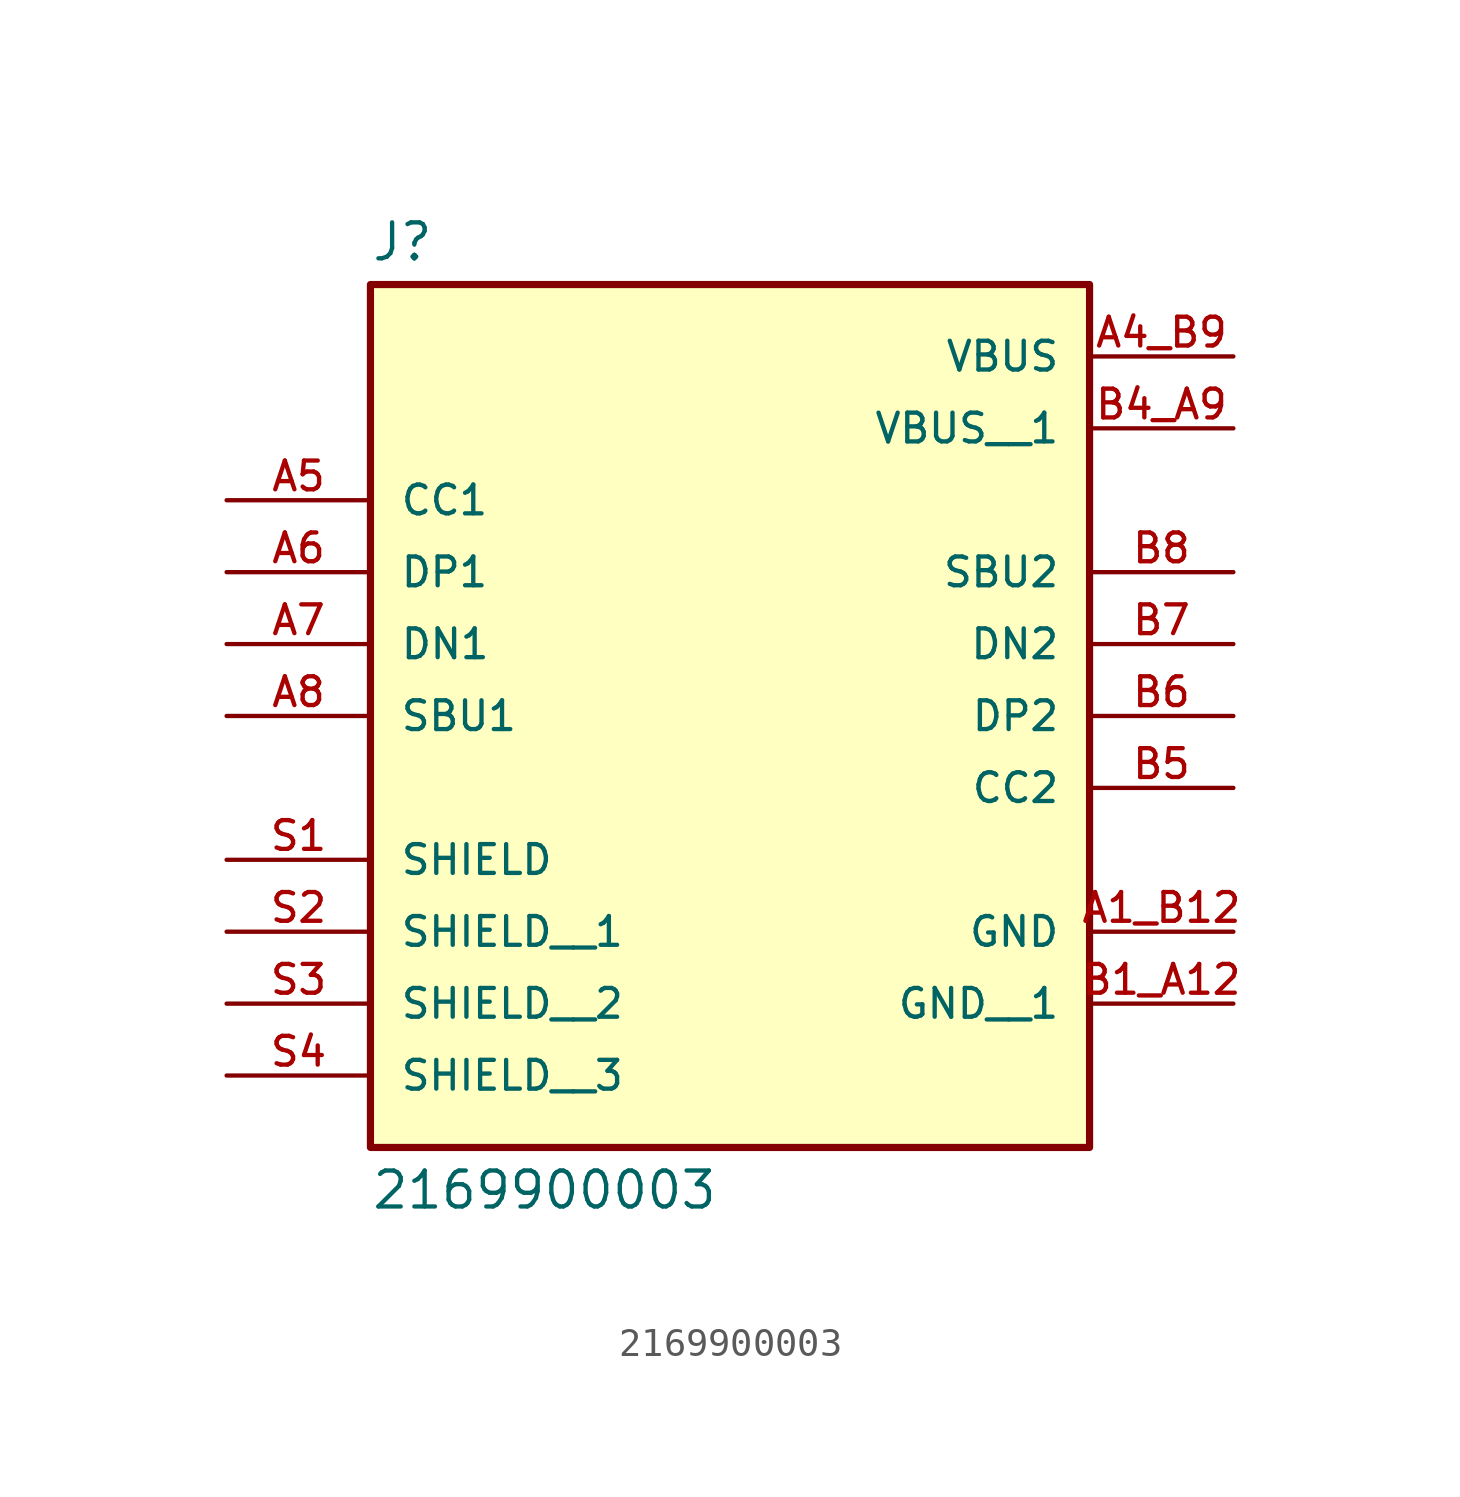
<source format=kicad_sym>
(kicad_symbol_lib
  (version 20220914)
  (generator kicad_symbol_editor)
  (symbol "2169900003"
    (pin_names
      (offset 1.016))
    (property "Reference" "J"
      (at -12.7 10.922 0)
      (effects (font (size 1.27 1.27)) (justify left bottom)))
    (property "Value" "2169900003"
      (at -12.7 -21.082 0)
      (effects (font (size 1.27 1.27)) (justify left top)))
    (symbol "2169900003_0_0"
      (rectangle (start -12.7 10.16) (end 12.7 -20.32) (stroke (width 0.254) (type default)) (fill (type background)))
      (pin power_in line (at 17.78 -12.7 180) (length 5.08) (name "GND" (effects (font (size 1.016 1.016)))) (number "A1_B12" (effects (font (size 1.016 1.016)))))
      (pin power_in line (at 17.78 7.62 180) (length 5.08) (name "VBUS" (effects (font (size 1.016 1.016)))) (number "A4_B9" (effects (font (size 1.016 1.016)))))
      (pin bidirectional line (at -17.78 2.54 0) (length 5.08) (name "CC1" (effects (font (size 1.016 1.016)))) (number "A5" (effects (font (size 1.016 1.016)))))
      (pin bidirectional line (at -17.78 0 0) (length 5.08) (name "DP1" (effects (font (size 1.016 1.016)))) (number "A6" (effects (font (size 1.016 1.016)))))
      (pin bidirectional line (at -17.78 -2.54 0) (length 5.08) (name "DN1" (effects (font (size 1.016 1.016)))) (number "A7" (effects (font (size 1.016 1.016)))))
      (pin bidirectional line (at -17.78 -5.08 0) (length 5.08) (name "SBU1" (effects (font (size 1.016 1.016)))) (number "A8" (effects (font (size 1.016 1.016)))))
      (pin power_in line (at 17.78 -15.24 180) (length 5.08) (name "GND__1" (effects (font (size 1.016 1.016)))) (number "B1_A12" (effects (font (size 1.016 1.016)))))
      (pin power_in line (at 17.78 5.08 180) (length 5.08) (name "VBUS__1" (effects (font (size 1.016 1.016)))) (number "B4_A9" (effects (font (size 1.016 1.016)))))
      (pin bidirectional line (at 17.78 -7.62 180) (length 5.08) (name "CC2" (effects (font (size 1.016 1.016)))) (number "B5" (effects (font (size 1.016 1.016)))))
      (pin bidirectional line (at 17.78 -5.08 180) (length 5.08) (name "DP2" (effects (font (size 1.016 1.016)))) (number "B6" (effects (font (size 1.016 1.016)))))
      (pin bidirectional line (at 17.78 -2.54 180) (length 5.08) (name "DN2" (effects (font (size 1.016 1.016)))) (number "B7" (effects (font (size 1.016 1.016)))))
      (pin bidirectional line (at 17.78 0 180) (length 5.08) (name "SBU2" (effects (font (size 1.016 1.016)))) (number "B8" (effects (font (size 1.016 1.016)))))
      (pin passive line (at -17.78 -10.16 0) (length 5.08) (name "SHIELD" (effects (font (size 1.016 1.016)))) (number "S1" (effects (font (size 1.016 1.016)))))
      (pin passive line (at -17.78 -12.7 0) (length 5.08) (name "SHIELD__1" (effects (font (size 1.016 1.016)))) (number "S2" (effects (font (size 1.016 1.016)))))
      (pin passive line (at -17.78 -15.24 0) (length 5.08) (name "SHIELD__2" (effects (font (size 1.016 1.016)))) (number "S3" (effects (font (size 1.016 1.016)))))
      (pin passive line (at -17.78 -17.78 0) (length 5.08) (name "SHIELD__3" (effects (font (size 1.016 1.016)))) (number "S4" (effects (font (size 1.016 1.016))))))))
</source>
